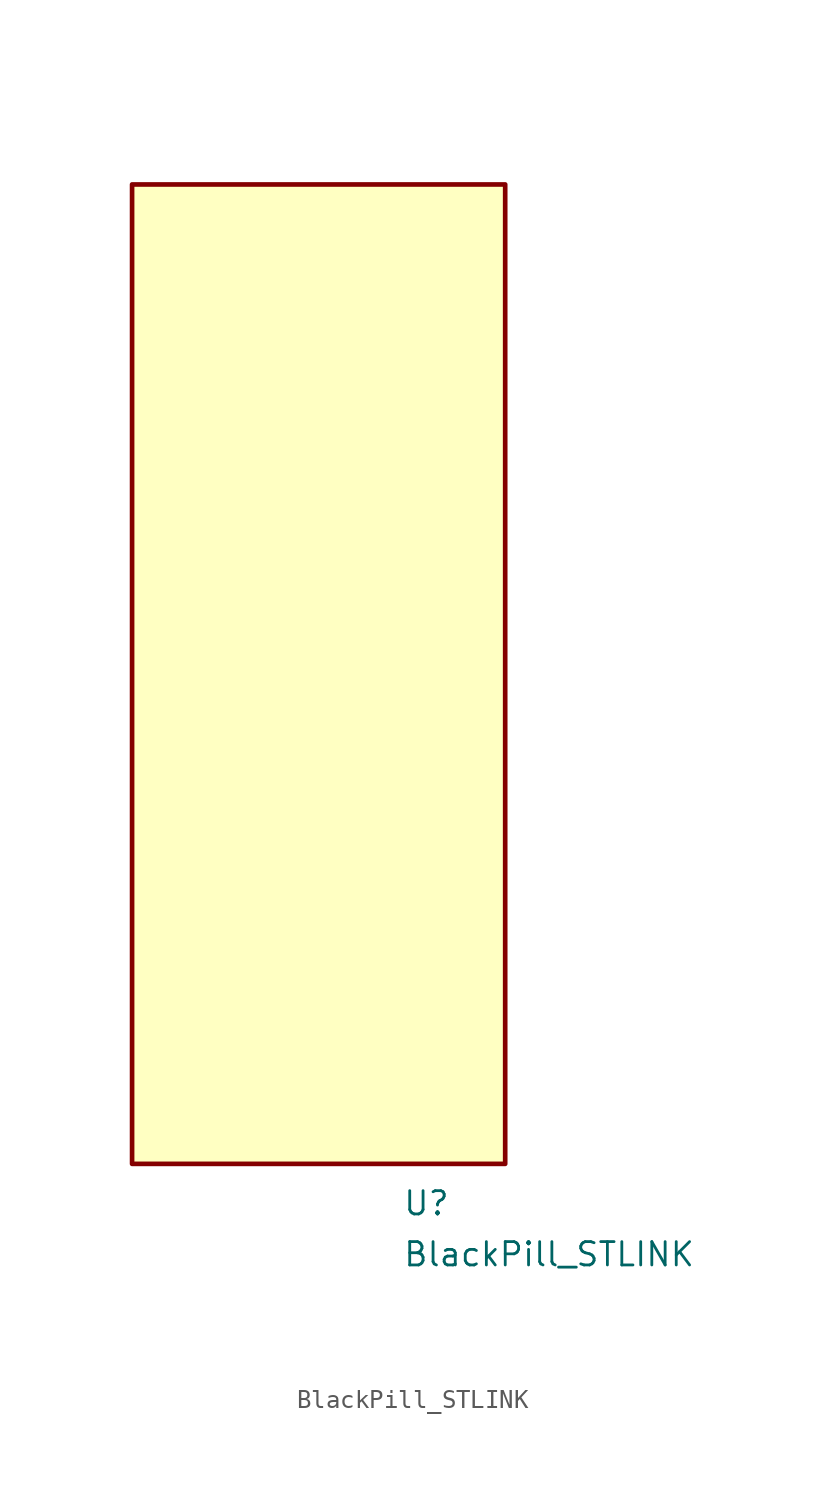
<source format=kicad_sym>
(kicad_symbol_lib
  (version 20211014)
  (generator kicad_symbol_editor)
  (symbol "BlackPill_STLINK"
    (property "Reference" "U"
      (at 4.559 -27.549 0)
      (effects (font (size 1.27 1.27)) (justify left)))
    (property "Value" "BlackPill_STLINK"
      (at 4.559 -30.325 0)
      (effects (font (size 1.27 1.27)) (justify left)))
    (symbol "BlackPill_STLINK_0_1"
      (rectangle (start -10.16 27.94) (end 10.16 -25.4) (stroke (width 0.254) (type default) (color 0 0 0 0)) (fill (type background))))))
</source>
